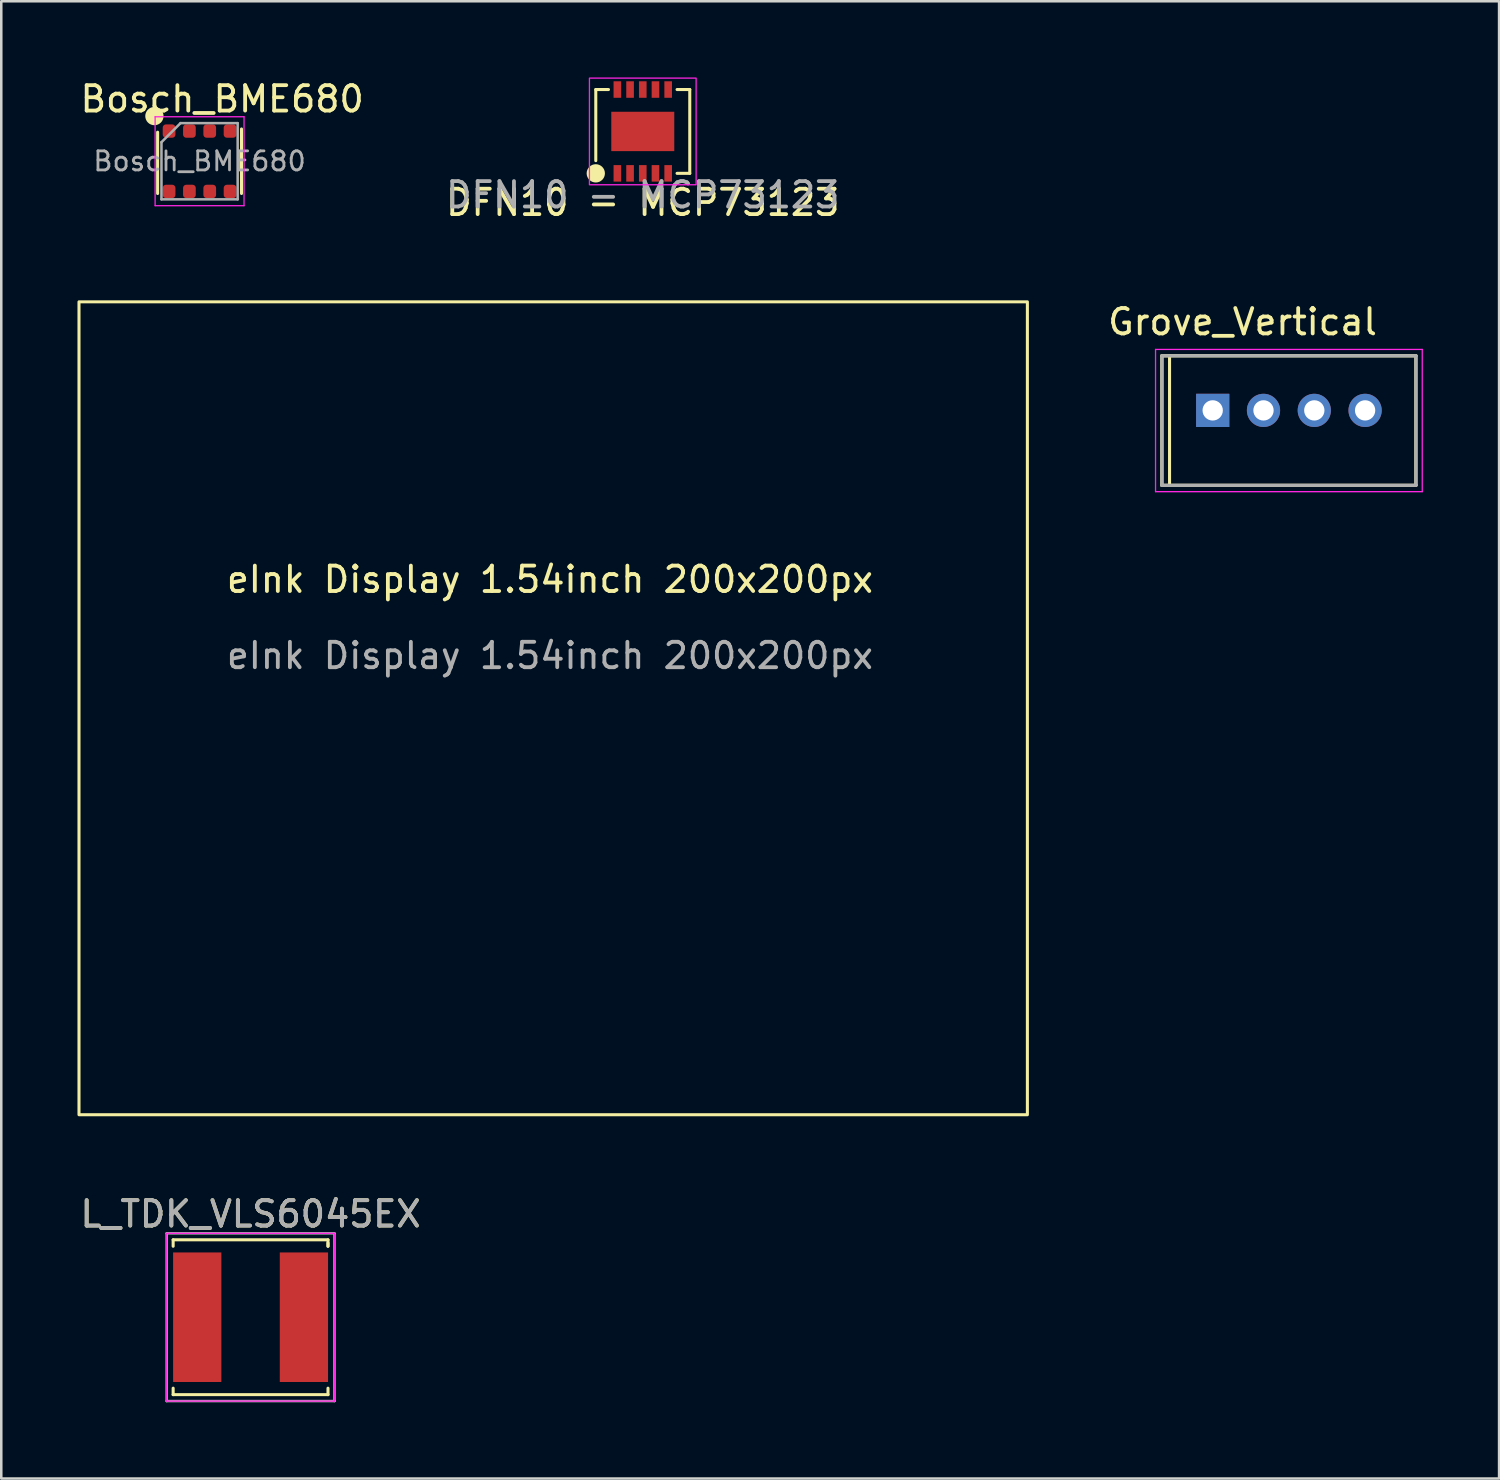
<source format=kicad_pcb>
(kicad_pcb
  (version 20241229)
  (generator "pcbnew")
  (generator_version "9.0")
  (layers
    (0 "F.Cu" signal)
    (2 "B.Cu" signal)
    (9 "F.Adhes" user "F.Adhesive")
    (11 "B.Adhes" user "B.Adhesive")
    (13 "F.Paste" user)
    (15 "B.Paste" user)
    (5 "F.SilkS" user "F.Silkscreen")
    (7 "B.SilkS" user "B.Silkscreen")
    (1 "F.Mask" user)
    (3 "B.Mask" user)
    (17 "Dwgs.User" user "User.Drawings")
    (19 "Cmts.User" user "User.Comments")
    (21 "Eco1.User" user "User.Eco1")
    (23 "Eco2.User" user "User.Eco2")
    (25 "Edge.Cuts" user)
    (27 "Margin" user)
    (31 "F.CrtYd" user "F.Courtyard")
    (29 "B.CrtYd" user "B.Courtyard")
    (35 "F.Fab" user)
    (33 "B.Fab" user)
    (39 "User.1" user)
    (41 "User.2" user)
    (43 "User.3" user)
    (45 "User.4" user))
  (footprint "L_TDK_VLS6045EX"
    (layer "F.Cu")
    (at 6.815 48.809)
    (property "Reference" "L_TDK_VLS6045EX" (at 0 -4.064 0) (layer "F.SilkS") (effects (font (size 1 1) (thickness 0.15))))
    (attr smd)
    (fp_line (start -3.048 -3.048) (end -3.048 -2.794) (stroke (width 0.12) (type solid)) (layer "F.SilkS"))
    (fp_line (start -3.048 -3.048) (end 3.048 -3.048) (stroke (width 0.12) (type solid)) (layer "F.SilkS"))
    (fp_line (start -3.048 3.048) (end -3.048 2.794) (stroke (width 0.12) (type solid)) (layer "F.SilkS"))
    (fp_line (start 3.048 -3.048) (end 3.048 -2.794) (stroke (width 0.12) (type solid)) (layer "F.SilkS"))
    (fp_line (start 3.048 -2.794) (end 3.048 -2.921) (stroke (width 0.12) (type solid)) (layer "F.SilkS"))
    (fp_line (start 3.048 2.794) (end 3.048 3.048) (stroke (width 0.12) (type solid)) (layer "F.SilkS"))
    (fp_line (start 3.048 3.048) (end -3.048 3.048) (stroke (width 0.12) (type solid)) (layer "F.SilkS"))
    (fp_line (start -3.302 -3.302) (end -3.302 3.302) (stroke (width 0.05) (type solid)) (layer "F.CrtYd"))
    (fp_line (start -3.302 -3.302) (end 3.302 -3.302) (stroke (width 0.05) (type solid)) (layer "F.CrtYd"))
    (fp_line (start 3.302 -3.302) (end 3.302 3.302) (stroke (width 0.05) (type solid)) (layer "F.CrtYd"))
    (fp_line (start 3.302 3.302) (end -3.302 3.302) (stroke (width 0.05) (type solid)) (layer "F.CrtYd"))
    (fp_line (start -3.302 -3.302) (end 3.302 -3.302) (stroke (width 0.1) (type solid)) (layer "F.Fab"))
    (fp_line (start -3.302 3.302) (end -3.302 -3.302) (stroke (width 0.1) (type solid)) (layer "F.Fab"))
    (fp_line (start 3.302 -3.302) (end 3.302 3.302) (stroke (width 0.1) (type solid)) (layer "F.Fab"))
    (fp_line (start 3.302 3.302) (end -3.302 3.302) (stroke (width 0.1) (type solid)) (layer "F.Fab"))
    (fp_text user "${REFERENCE}" (at 0 -4.064 0) (layer "F.Fab") (effects (font (size 1 1) (thickness 0.15))))
    (pad "1" smd rect (at -2.1 0) (size 1.9 5.1) (layers "F.Cu" "F.Mask" "F.Paste"))
    (pad "2" smd rect (at 2.1 0) (size 1.9 5.1) (layers "F.Cu" "F.Mask" "F.Paste")))
  (footprint "Bosch_BME680"
    (layer "F.Cu")
    (at 4.807 3.298)
    (property "Reference" "Bosch_BME680" (at 0.889 -2.45 0) (layer "F.SilkS") (effects (font (size 1 1) (thickness 0.15))))
    (attr smd)
    (fp_line (start -1.651 1.27) (end -1.651 -1.143) (stroke (width 0.12) (type solid)) (layer "F.SilkS"))
    (fp_line (start 1.651 -1.27) (end 1.651 1.27) (stroke (width 0.12) (type solid)) (layer "F.SilkS"))
    (fp_circle (center -1.778 -1.778) (end -1.478 -1.778) (stroke (width 0.12) (type solid)) (fill yes) (layer "F.SilkS"))
    (fp_line (start -1.75 -1.75) (end -1.75 1.75) (stroke (width 0.05) (type solid)) (layer "F.CrtYd"))
    (fp_line (start -1.75 1.75) (end 1.75 1.75) (stroke (width 0.05) (type solid)) (layer "F.CrtYd"))
    (fp_line (start 1.75 -1.75) (end -1.75 -1.75) (stroke (width 0.05) (type solid)) (layer "F.CrtYd"))
    (fp_line (start 1.75 1.75) (end 1.75 -1.75) (stroke (width 0.05) (type solid)) (layer "F.CrtYd"))
    (fp_line (start -1.5 -0.75) (end -0.75 -1.5) (stroke (width 0.1) (type solid)) (layer "F.Fab"))
    (fp_line (start -1.5 1.5) (end -1.5 -0.75) (stroke (width 0.1) (type solid)) (layer "F.Fab"))
    (fp_line (start -0.75 -1.5) (end 1.5 -1.5) (stroke (width 0.1) (type solid)) (layer "F.Fab"))
    (fp_line (start 1.5 -1.5) (end 1.5 1.5) (stroke (width 0.1) (type solid)) (layer "F.Fab"))
    (fp_line (start 1.5 1.5) (end -1.5 1.5) (stroke (width 0.1) (type solid)) (layer "F.Fab"))
    (fp_text user "${REFERENCE}" (at 0 0 0) (layer "F.Fab") (effects (font (size 0.75 0.75) (thickness 0.11))))
    (pad "1" smd roundrect (at -1.2 -1.188) (size 0.5 0.525) (layers "F.Cu" "F.Mask" "F.Paste") (roundrect_rratio 0.25))
    (pad "2" smd roundrect (at -0.4 -1.188) (size 0.5 0.525) (layers "F.Cu" "F.Mask" "F.Paste") (roundrect_rratio 0.25))
    (pad "3" smd roundrect (at 0.4 -1.188) (size 0.5 0.525) (layers "F.Cu" "F.Mask" "F.Paste") (roundrect_rratio 0.25))
    (pad "4" smd roundrect (at 1.2 -1.188) (size 0.5 0.525) (layers "F.Cu" "F.Mask" "F.Paste") (roundrect_rratio 0.25))
    (pad "5" smd roundrect (at 1.2 1.188) (size 0.5 0.525) (layers "F.Cu" "F.Mask" "F.Paste") (roundrect_rratio 0.25))
    (pad "6" smd roundrect (at 0.4 1.188) (size 0.5 0.525) (layers "F.Cu" "F.Mask" "F.Paste") (roundrect_rratio 0.25))
    (pad "7" smd roundrect (at -0.4 1.188) (size 0.5 0.525) (layers "F.Cu" "F.Mask" "F.Paste") (roundrect_rratio 0.25))
    (pad "8" smd roundrect (at -1.2 1.188) (size 0.5 0.525) (layers "F.Cu" "F.Mask" "F.Paste") (roundrect_rratio 0.25)))
  (footprint "Grove_Vertical"
    (layer "F.Cu")
    (at 47.694 13.107)
    (property "Reference" "Grove_Vertical" (at -1.825 -3.485 0) (layer "F.SilkS") (effects (font (size 1 1) (thickness 0.15))))
    (attr through_hole)
    (fp_line (start -5 -2.15) (end 5 -2.15) (stroke (width 0.127) (type solid)) (layer "F.SilkS"))
    (fp_line (start -5 2.95) (end -5 -2.15) (stroke (width 0.127) (type solid)) (layer "F.SilkS"))
    (fp_line (start -4.699 -2.159) (end -4.699 2.921) (stroke (width 0.12) (type solid)) (layer "F.SilkS"))
    (fp_line (start 5 -2.15) (end 5 2.95) (stroke (width 0.127) (type solid)) (layer "F.SilkS"))
    (fp_line (start 5 2.95) (end -5 2.95) (stroke (width 0.127) (type solid)) (layer "F.SilkS"))
    (fp_line (start -5.25 -2.4) (end 5.25 -2.4) (stroke (width 0.05) (type solid)) (layer "F.CrtYd"))
    (fp_line (start -5.25 3.2) (end -5.25 -2.4) (stroke (width 0.05) (type solid)) (layer "F.CrtYd"))
    (fp_line (start 5.25 -2.4) (end 5.25 3.2) (stroke (width 0.05) (type solid)) (layer "F.CrtYd"))
    (fp_line (start 5.25 3.2) (end -5.25 3.2) (stroke (width 0.05) (type solid)) (layer "F.CrtYd"))
    (fp_line (start -5 -2.15) (end 5 -2.15) (stroke (width 0.127) (type solid)) (layer "F.Fab"))
    (fp_line (start -5 2.95) (end -5 -2.15) (stroke (width 0.127) (type solid)) (layer "F.Fab"))
    (fp_line (start 5 -2.15) (end 5 2.95) (stroke (width 0.127) (type solid)) (layer "F.Fab"))
    (fp_line (start 5 2.95) (end -5 2.95) (stroke (width 0.127) (type solid)) (layer "F.Fab"))
    (pad "1" thru_hole rect (at -3 0) (size 1.308 1.308) (drill 0.8) (layers "*.Cu" "*.Mask"))
    (pad "2" thru_hole circle (at -1 0) (size 1.308 1.308) (drill 0.8) (layers "*.Cu" "*.Mask"))
    (pad "3" thru_hole circle (at 1 0) (size 1.308 1.308) (drill 0.8) (layers "*.Cu" "*.Mask"))
    (pad "4" thru_hole circle (at 3 0) (size 1.308 1.308) (drill 0.8) (layers "*.Cu" "*.Mask")))
  (footprint "DFN10 - MCP73123"
    (layer "F.Cu")
    (at 22.256 2.125)
    (property "Reference" "DFN10 - MCP73123" (at 0 2.8 0) (unlocked yes) (layer "F.SilkS") (effects (font (size 1 1) (thickness 0.15))))
    (attr smd)
    (fp_line (start -1.85 -1.65) (end -1.85 1.15) (stroke (width 0.12) (type default)) (layer "F.SilkS"))
    (fp_line (start -1.35 -1.65) (end -1.85 -1.65) (stroke (width 0.12) (type default)) (layer "F.SilkS"))
    (fp_line (start 1.35 -1.65) (end 1.85 -1.65) (stroke (width 0.12) (type default)) (layer "F.SilkS"))
    (fp_line (start 1.85 -1.65) (end 1.85 1.65) (stroke (width 0.12) (type default)) (layer "F.SilkS"))
    (fp_line (start 1.85 1.65) (end 1.35 1.65) (stroke (width 0.12) (type default)) (layer "F.SilkS"))
    (fp_circle (center -1.85 1.65) (end -1.55 1.65) (stroke (width 0.12) (type solid)) (fill yes) (layer "F.SilkS"))
    (fp_rect (start -2.1 -2.1) (end 2.1 2.1) (stroke (width 0.05) (type default)) (fill no) (layer "F.CrtYd"))
    (fp_text user "${REFERENCE}" (at 0 2.5 0) (unlocked yes) (layer "F.Fab") (effects (font (size 1 1) (thickness 0.15))))
    (pad "1" smd rect (at -1 1.65) (size 0.3 0.65) (layers "F.Cu" "F.Mask" "F.Paste"))
    (pad "2" smd rect (at -0.5 1.65) (size 0.3 0.65) (layers "F.Cu" "F.Mask" "F.Paste"))
    (pad "3" smd rect (at 0 1.65) (size 0.3 0.65) (layers "F.Cu" "F.Mask" "F.Paste"))
    (pad "4" smd rect (at 0.5 1.65) (size 0.3 0.65) (layers "F.Cu" "F.Mask" "F.Paste"))
    (pad "5" smd rect (at 1 1.65) (size 0.3 0.65) (layers "F.Cu" "F.Mask" "F.Paste"))
    (pad "6" smd rect (at 1 -1.65) (size 0.3 0.65) (layers "F.Cu" "F.Mask" "F.Paste"))
    (pad "7" smd rect (at 0.5 -1.65) (size 0.3 0.65) (layers "F.Cu" "F.Mask" "F.Paste"))
    (pad "8" smd rect (at 0 -1.65) (size 0.3 0.65) (layers "F.Cu" "F.Mask" "F.Paste"))
    (pad "9" smd rect (at -0.5 -1.65) (size 0.3 0.65) (layers "F.Cu" "F.Mask" "F.Paste"))
    (pad "10" smd rect (at -1 -1.65) (size 0.3 0.65) (layers "F.Cu" "F.Mask" "F.Paste"))
    (pad "EP" smd rect (at 0 0) (size 2.48 1.55) (layers "F.Cu" "F.Mask" "F.Paste")))
  (footprint "eInk Display 1.54inch 200x200px"
    (layer "F.Cu")
    (at 18.602 20.263)
    (property "Reference" "eInk Display 1.54inch 200x200px" (at 0 -0.5 0) (unlocked yes) (layer "F.SilkS") (effects (font (size 1 1) (thickness 0.15))))
    (fp_rect (start -18.542 -11.43) (end 18.796 20.574) (stroke (width 0.12) (type solid)) (fill no) (layer "F.SilkS"))
    (fp_text user "${REFERENCE}" (at 0 2.5 0) (unlocked yes) (layer "F.Fab") (effects (font (size 1 1) (thickness 0.15)))))
  (gr_rect
    (start -3 -3)
    (end 55.969 55.161)
    (stroke (width 0.1) (type default))
    (fill no)
    (layer "Edge.Cuts")))
</source>
